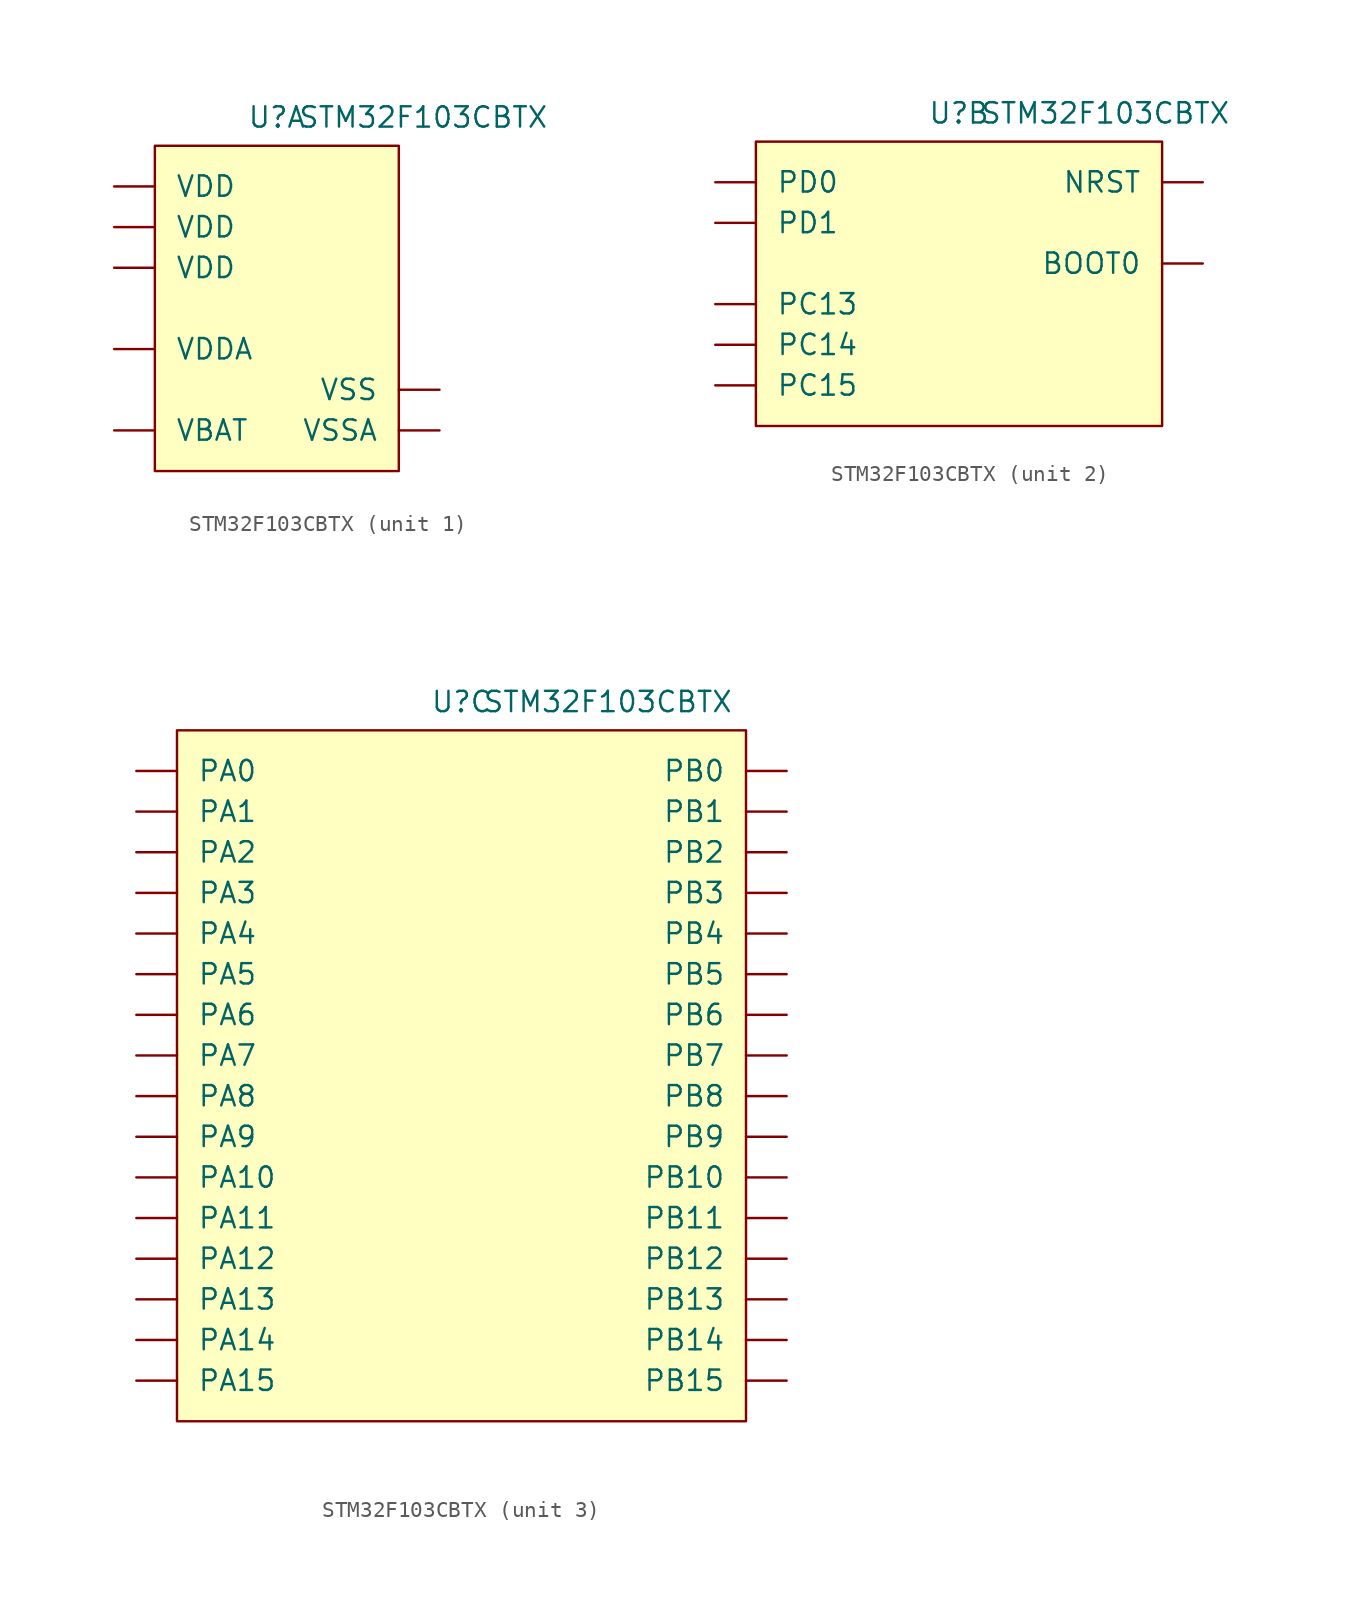
<source format=kicad_sym>
(kicad_symbol_lib
  (version 20231120)
  (generator "kicad_symbol_editor")
  (generator_version "8.0")
  (symbol "STM32F103CBTX"
    (pin_numbers hide)
    (pin_names
      (offset 1.27))
    (property "Reference" "U"
      (at 0 1.778 0)
      (effects (font (size 1.27 1.27))))
    (property "Value" "STM32F103CBTX"
      (at 9.144 1.778 0)
      (effects (font (size 1.27 1.27))))
    (property "ki_locked" ""
      (at 0 0 0)
      (effects (font (size 1.27 1.27))))
    (symbol "STM32F103CBTX_1_1"
      (rectangle (start -7.62 0) (end 7.62 -20.32) (stroke (width 0) (type default)) (fill (type background)))
      (pin power_in line (at -10.16 -17.78 0) (length 2.54) (name "VBAT" (effects (font (size 1.27 1.27)))) (number "1" (effects (font (size 1.27 1.27)))))
      (pin power_in line (at 10.16 -15.24 180) (length 2.54) (name "VSS" (effects (font (size 1.27 1.27)))) (number "23" (effects (font (size 1.27 1.27)))))
      (pin power_in line (at -10.16 -7.62 0) (length 2.54) (name "VDD" (effects (font (size 1.27 1.27)))) (number "24" (effects (font (size 1.27 1.27)))))
      (pin passive line (at 10.16 -15.24 180) (length 2.54) hide (name "VSS" (effects (font (size 1.27 1.27)))) (number "35" (effects (font (size 1.27 1.27)))))
      (pin power_in line (at -10.16 -5.08 0) (length 2.54) (name "VDD" (effects (font (size 1.27 1.27)))) (number "36" (effects (font (size 1.27 1.27)))))
      (pin passive line (at 10.16 -15.24 180) (length 2.54) hide (name "VSS" (effects (font (size 1.27 1.27)))) (number "47" (effects (font (size 1.27 1.27)))))
      (pin power_in line (at -10.16 -2.54 0) (length 2.54) (name "VDD" (effects (font (size 1.27 1.27)))) (number "48" (effects (font (size 1.27 1.27)))))
      (pin power_in line (at 10.16 -17.78 180) (length 2.54) (name "VSSA" (effects (font (size 1.27 1.27)))) (number "8" (effects (font (size 1.27 1.27)))))
      (pin power_in line (at -10.16 -12.7 0) (length 2.54) (name "VDDA" (effects (font (size 1.27 1.27)))) (number "9" (effects (font (size 1.27 1.27))))))
    (symbol "STM32F103CBTX_2_1"
      (rectangle (start -12.7 0) (end 12.7 -17.78) (stroke (width 0) (type default)) (fill (type background)))
      (pin bidirectional line (at -15.24 -10.16 0) (length 2.54) (name "PC13" (effects (font (size 1.27 1.27)))) (number "2" (effects (font (size 1.27 1.27)))) (alternate "RTC_OUT" bidirectional line) (alternate "RTC_TAMPER" bidirectional line))
      (pin bidirectional line (at -15.24 -12.7 0) (length 2.54) (name "PC14" (effects (font (size 1.27 1.27)))) (number "3" (effects (font (size 1.27 1.27)))) (alternate "RCC_OSC32_IN" bidirectional line))
      (pin bidirectional line (at -15.24 -15.24 0) (length 2.54) (name "PC15" (effects (font (size 1.27 1.27)))) (number "4" (effects (font (size 1.27 1.27)))) (alternate "ADC1_EXTI15" bidirectional line) (alternate "ADC2_EXTI15" bidirectional line) (alternate "RCC_OSC32_OUT" bidirectional line))
      (pin input line (at 15.24 -7.62 180) (length 2.54) (name "BOOT0" (effects (font (size 1.27 1.27)))) (number "44" (effects (font (size 1.27 1.27)))))
      (pin bidirectional line (at -15.24 -2.54 0) (length 2.54) (name "PD0" (effects (font (size 1.27 1.27)))) (number "5" (effects (font (size 1.27 1.27)))) (alternate "RCC_OSC_IN" bidirectional line))
      (pin bidirectional line (at -15.24 -5.08 0) (length 2.54) (name "PD1" (effects (font (size 1.27 1.27)))) (number "6" (effects (font (size 1.27 1.27)))) (alternate "RCC_OSC_OUT" bidirectional line))
      (pin input line (at 15.24 -2.54 180) (length 2.54) (name "NRST" (effects (font (size 1.27 1.27)))) (number "7" (effects (font (size 1.27 1.27))))))
    (symbol "STM32F103CBTX_3_1"
      (rectangle (start -17.78 0) (end 17.78 -43.18) (stroke (width 0) (type default)) (fill (type background)))
      (pin bidirectional line (at -20.32 -2.54 0) (length 2.54) (name "PA0" (effects (font (size 1.27 1.27)))) (number "10" (effects (font (size 1.27 1.27)))) (alternate "ADC1_IN0" bidirectional line) (alternate "ADC2_IN0" bidirectional line) (alternate "SYS_WKUP" bidirectional line) (alternate "TIM2_CH1" bidirectional line) (alternate "TIM2_ETR" bidirectional line) (alternate "USART2_CTS" bidirectional line))
      (pin bidirectional line (at -20.32 -5.08 0) (length 2.54) (name "PA1" (effects (font (size 1.27 1.27)))) (number "11" (effects (font (size 1.27 1.27)))) (alternate "ADC1_IN1" bidirectional line) (alternate "ADC2_IN1" bidirectional line) (alternate "TIM2_CH2" bidirectional line) (alternate "USART2_RTS" bidirectional line))
      (pin bidirectional line (at -20.32 -7.62 0) (length 2.54) (name "PA2" (effects (font (size 1.27 1.27)))) (number "12" (effects (font (size 1.27 1.27)))) (alternate "ADC1_IN2" bidirectional line) (alternate "ADC2_IN2" bidirectional line) (alternate "TIM2_CH3" bidirectional line) (alternate "USART2_TX" bidirectional line))
      (pin bidirectional line (at -20.32 -10.16 0) (length 2.54) (name "PA3" (effects (font (size 1.27 1.27)))) (number "13" (effects (font (size 1.27 1.27)))) (alternate "ADC1_IN3" bidirectional line) (alternate "ADC2_IN3" bidirectional line) (alternate "TIM2_CH4" bidirectional line) (alternate "USART2_RX" bidirectional line))
      (pin bidirectional line (at -20.32 -12.7 0) (length 2.54) (name "PA4" (effects (font (size 1.27 1.27)))) (number "14" (effects (font (size 1.27 1.27)))) (alternate "ADC1_IN4" bidirectional line) (alternate "ADC2_IN4" bidirectional line) (alternate "SPI1_NSS" bidirectional line) (alternate "USART2_CK" bidirectional line))
      (pin bidirectional line (at -20.32 -15.24 0) (length 2.54) (name "PA5" (effects (font (size 1.27 1.27)))) (number "15" (effects (font (size 1.27 1.27)))) (alternate "ADC1_IN5" bidirectional line) (alternate "ADC2_IN5" bidirectional line) (alternate "SPI1_SCK" bidirectional line))
      (pin bidirectional line (at -20.32 -17.78 0) (length 2.54) (name "PA6" (effects (font (size 1.27 1.27)))) (number "16" (effects (font (size 1.27 1.27)))) (alternate "ADC1_IN6" bidirectional line) (alternate "ADC2_IN6" bidirectional line) (alternate "SPI1_MISO" bidirectional line) (alternate "TIM1_BKIN" bidirectional line) (alternate "TIM3_CH1" bidirectional line))
      (pin bidirectional line (at -20.32 -20.32 0) (length 2.54) (name "PA7" (effects (font (size 1.27 1.27)))) (number "17" (effects (font (size 1.27 1.27)))) (alternate "ADC1_IN7" bidirectional line) (alternate "ADC2_IN7" bidirectional line) (alternate "SPI1_MOSI" bidirectional line) (alternate "TIM1_CH1N" bidirectional line) (alternate "TIM3_CH2" bidirectional line))
      (pin bidirectional line (at 20.32 -2.54 180) (length 2.54) (name "PB0" (effects (font (size 1.27 1.27)))) (number "18" (effects (font (size 1.27 1.27)))) (alternate "ADC1_IN8" bidirectional line) (alternate "ADC2_IN8" bidirectional line) (alternate "TIM1_CH2N" bidirectional line) (alternate "TIM3_CH3" bidirectional line))
      (pin bidirectional line (at 20.32 -5.08 180) (length 2.54) (name "PB1" (effects (font (size 1.27 1.27)))) (number "19" (effects (font (size 1.27 1.27)))) (alternate "ADC1_IN9" bidirectional line) (alternate "ADC2_IN9" bidirectional line) (alternate "TIM1_CH3N" bidirectional line) (alternate "TIM3_CH4" bidirectional line))
      (pin bidirectional line (at 20.32 -7.62 180) (length 2.54) (name "PB2" (effects (font (size 1.27 1.27)))) (number "20" (effects (font (size 1.27 1.27)))))
      (pin bidirectional line (at 20.32 -27.94 180) (length 2.54) (name "PB10" (effects (font (size 1.27 1.27)))) (number "21" (effects (font (size 1.27 1.27)))) (alternate "I2C2_SCL" bidirectional line) (alternate "TIM2_CH3" bidirectional line) (alternate "USART3_TX" bidirectional line))
      (pin bidirectional line (at 20.32 -30.48 180) (length 2.54) (name "PB11" (effects (font (size 1.27 1.27)))) (number "22" (effects (font (size 1.27 1.27)))) (alternate "ADC1_EXTI11" bidirectional line) (alternate "ADC2_EXTI11" bidirectional line) (alternate "I2C2_SDA" bidirectional line) (alternate "TIM2_CH4" bidirectional line) (alternate "USART3_RX" bidirectional line))
      (pin bidirectional line (at 20.32 -33.02 180) (length 2.54) (name "PB12" (effects (font (size 1.27 1.27)))) (number "25" (effects (font (size 1.27 1.27)))) (alternate "I2C2_SMBA" bidirectional line) (alternate "SPI2_NSS" bidirectional line) (alternate "TIM1_BKIN" bidirectional line) (alternate "USART3_CK" bidirectional line))
      (pin bidirectional line (at 20.32 -35.56 180) (length 2.54) (name "PB13" (effects (font (size 1.27 1.27)))) (number "26" (effects (font (size 1.27 1.27)))) (alternate "SPI2_SCK" bidirectional line) (alternate "TIM1_CH1N" bidirectional line) (alternate "USART3_CTS" bidirectional line))
      (pin bidirectional line (at 20.32 -38.1 180) (length 2.54) (name "PB14" (effects (font (size 1.27 1.27)))) (number "27" (effects (font (size 1.27 1.27)))) (alternate "SPI2_MISO" bidirectional line) (alternate "TIM1_CH2N" bidirectional line) (alternate "USART3_RTS" bidirectional line))
      (pin bidirectional line (at 20.32 -40.64 180) (length 2.54) (name "PB15" (effects (font (size 1.27 1.27)))) (number "28" (effects (font (size 1.27 1.27)))) (alternate "ADC1_EXTI15" bidirectional line) (alternate "ADC2_EXTI15" bidirectional line) (alternate "SPI2_MOSI" bidirectional line) (alternate "TIM1_CH3N" bidirectional line))
      (pin bidirectional line (at -20.32 -22.86 0) (length 2.54) (name "PA8" (effects (font (size 1.27 1.27)))) (number "29" (effects (font (size 1.27 1.27)))) (alternate "RCC_MCO" bidirectional line) (alternate "TIM1_CH1" bidirectional line) (alternate "USART1_CK" bidirectional line))
      (pin bidirectional line (at -20.32 -25.4 0) (length 2.54) (name "PA9" (effects (font (size 1.27 1.27)))) (number "30" (effects (font (size 1.27 1.27)))) (alternate "TIM1_CH2" bidirectional line) (alternate "USART1_TX" bidirectional line))
      (pin bidirectional line (at -20.32 -27.94 0) (length 2.54) (name "PA10" (effects (font (size 1.27 1.27)))) (number "31" (effects (font (size 1.27 1.27)))) (alternate "TIM1_CH3" bidirectional line) (alternate "USART1_RX" bidirectional line))
      (pin bidirectional line (at -20.32 -30.48 0) (length 2.54) (name "PA11" (effects (font (size 1.27 1.27)))) (number "32" (effects (font (size 1.27 1.27)))) (alternate "ADC1_EXTI11" bidirectional line) (alternate "ADC2_EXTI11" bidirectional line) (alternate "CAN_RX" bidirectional line) (alternate "TIM1_CH4" bidirectional line) (alternate "USART1_CTS" bidirectional line) (alternate "USB_DM" bidirectional line))
      (pin bidirectional line (at -20.32 -33.02 0) (length 2.54) (name "PA12" (effects (font (size 1.27 1.27)))) (number "33" (effects (font (size 1.27 1.27)))) (alternate "CAN_TX" bidirectional line) (alternate "TIM1_ETR" bidirectional line) (alternate "USART1_RTS" bidirectional line) (alternate "USB_DP" bidirectional line))
      (pin bidirectional line (at -20.32 -35.56 0) (length 2.54) (name "PA13" (effects (font (size 1.27 1.27)))) (number "34" (effects (font (size 1.27 1.27)))) (alternate "SYS_JTMS-SWDIO" bidirectional line))
      (pin bidirectional line (at -20.32 -38.1 0) (length 2.54) (name "PA14" (effects (font (size 1.27 1.27)))) (number "37" (effects (font (size 1.27 1.27)))) (alternate "SYS_JTCK-SWCLK" bidirectional line))
      (pin bidirectional line (at -20.32 -40.64 0) (length 2.54) (name "PA15" (effects (font (size 1.27 1.27)))) (number "38" (effects (font (size 1.27 1.27)))) (alternate "ADC1_EXTI15" bidirectional line) (alternate "ADC2_EXTI15" bidirectional line) (alternate "SPI1_NSS" bidirectional line) (alternate "SYS_JTDI" bidirectional line) (alternate "TIM2_CH1" bidirectional line) (alternate "TIM2_ETR" bidirectional line))
      (pin bidirectional line (at 20.32 -10.16 180) (length 2.54) (name "PB3" (effects (font (size 1.27 1.27)))) (number "39" (effects (font (size 1.27 1.27)))) (alternate "SPI1_SCK" bidirectional line) (alternate "SYS_JTDO-TRACESWO" bidirectional line) (alternate "TIM2_CH2" bidirectional line))
      (pin bidirectional line (at 20.32 -12.7 180) (length 2.54) (name "PB4" (effects (font (size 1.27 1.27)))) (number "40" (effects (font (size 1.27 1.27)))) (alternate "SPI1_MISO" bidirectional line) (alternate "SYS_NJTRST" bidirectional line) (alternate "TIM3_CH1" bidirectional line))
      (pin bidirectional line (at 20.32 -15.24 180) (length 2.54) (name "PB5" (effects (font (size 1.27 1.27)))) (number "41" (effects (font (size 1.27 1.27)))) (alternate "I2C1_SMBA" bidirectional line) (alternate "SPI1_MOSI" bidirectional line) (alternate "TIM3_CH2" bidirectional line))
      (pin bidirectional line (at 20.32 -17.78 180) (length 2.54) (name "PB6" (effects (font (size 1.27 1.27)))) (number "42" (effects (font (size 1.27 1.27)))) (alternate "I2C1_SCL" bidirectional line) (alternate "TIM4_CH1" bidirectional line) (alternate "USART1_TX" bidirectional line))
      (pin bidirectional line (at 20.32 -20.32 180) (length 2.54) (name "PB7" (effects (font (size 1.27 1.27)))) (number "43" (effects (font (size 1.27 1.27)))) (alternate "I2C1_SDA" bidirectional line) (alternate "TIM4_CH2" bidirectional line) (alternate "USART1_RX" bidirectional line))
      (pin bidirectional line (at 20.32 -22.86 180) (length 2.54) (name "PB8" (effects (font (size 1.27 1.27)))) (number "45" (effects (font (size 1.27 1.27)))) (alternate "CAN_RX" bidirectional line) (alternate "I2C1_SCL" bidirectional line) (alternate "TIM4_CH3" bidirectional line))
      (pin bidirectional line (at 20.32 -25.4 180) (length 2.54) (name "PB9" (effects (font (size 1.27 1.27)))) (number "46" (effects (font (size 1.27 1.27)))) (alternate "CAN_TX" bidirectional line) (alternate "I2C1_SDA" bidirectional line) (alternate "TIM4_CH4" bidirectional line)))))
</source>
